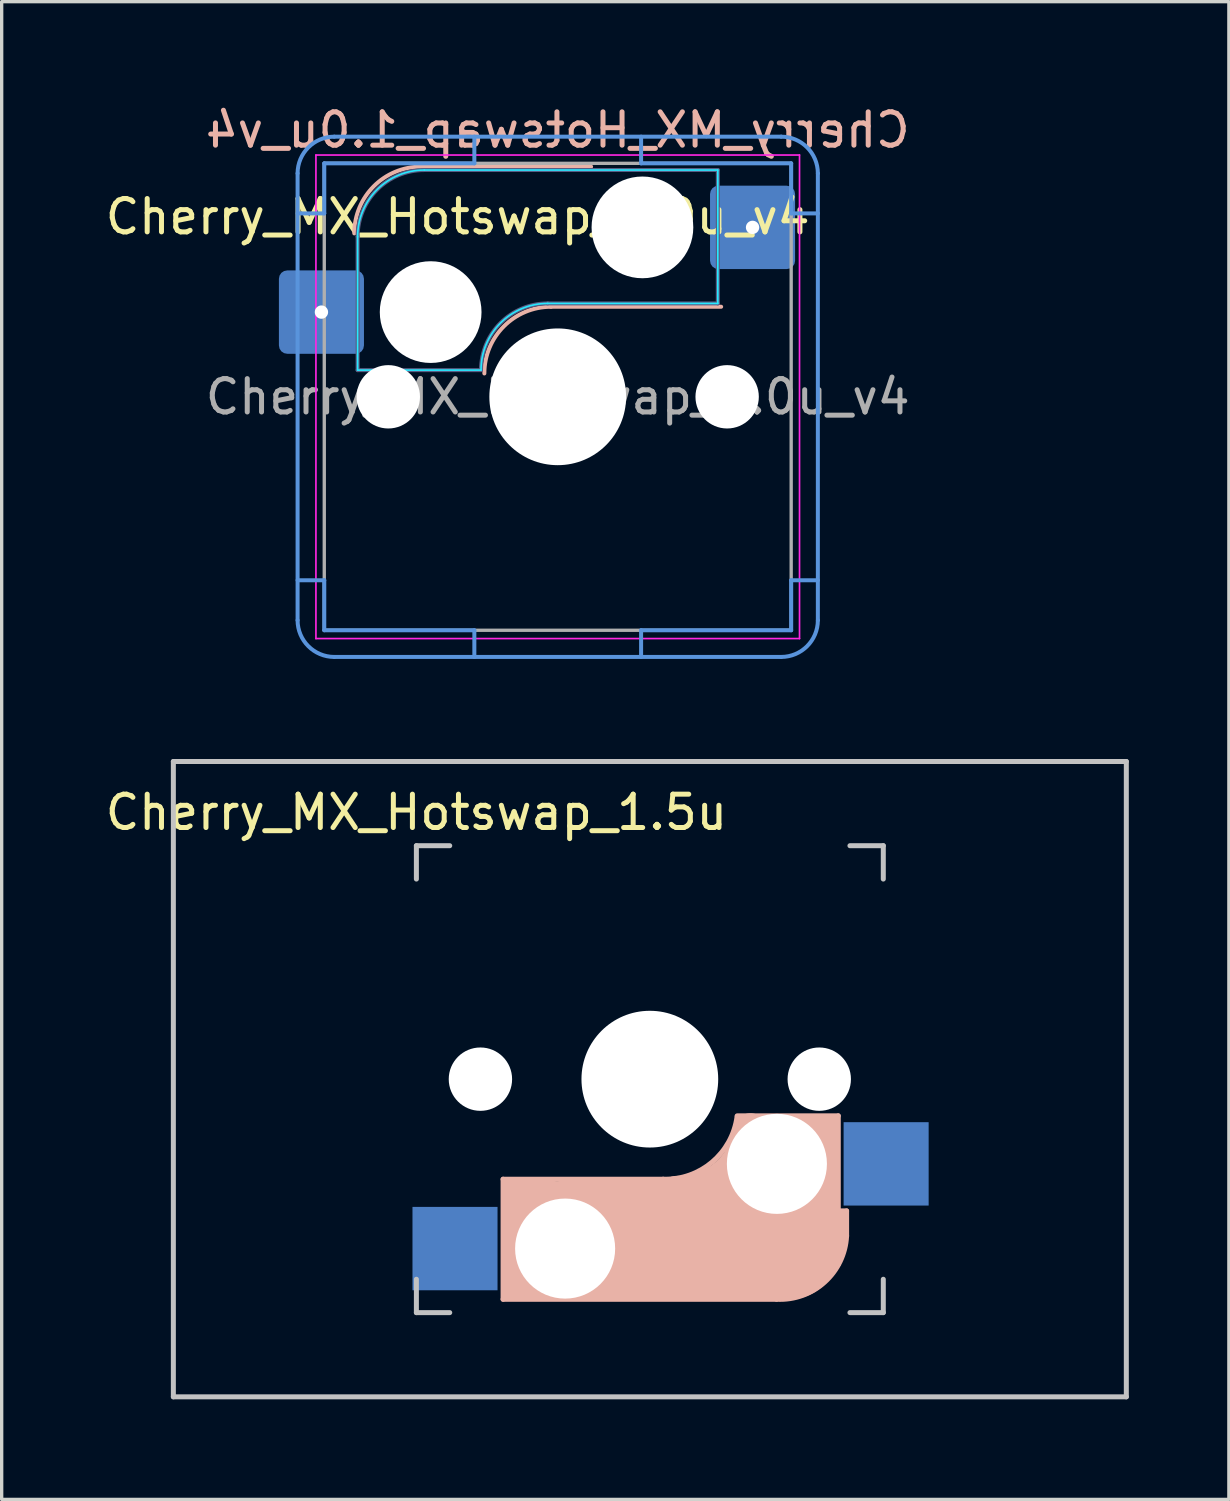
<source format=kicad_pcb>
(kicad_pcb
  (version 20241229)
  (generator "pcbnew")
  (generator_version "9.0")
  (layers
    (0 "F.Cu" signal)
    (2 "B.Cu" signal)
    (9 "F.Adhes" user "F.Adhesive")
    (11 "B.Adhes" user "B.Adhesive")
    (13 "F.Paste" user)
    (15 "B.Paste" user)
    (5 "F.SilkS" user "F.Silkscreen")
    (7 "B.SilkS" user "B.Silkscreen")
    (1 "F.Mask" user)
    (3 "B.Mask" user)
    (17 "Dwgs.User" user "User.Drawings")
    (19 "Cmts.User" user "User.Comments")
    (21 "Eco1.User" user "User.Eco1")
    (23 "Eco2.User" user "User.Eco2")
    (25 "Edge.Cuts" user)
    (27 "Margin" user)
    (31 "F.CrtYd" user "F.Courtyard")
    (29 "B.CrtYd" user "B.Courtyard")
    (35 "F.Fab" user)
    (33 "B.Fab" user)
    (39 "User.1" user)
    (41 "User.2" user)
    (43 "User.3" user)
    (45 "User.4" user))
  (footprint "Cherry_MX_Hotswap_1.0u_v4"
    (layer "F.Cu")
    (at 13.673 8.848)
    (property "Reference" "Cherry_MX_Hotswap_1.0u_v4" (at 0 -8 0) (layer "B.SilkS") (effects (font (size 1 1) (thickness 0.15)) (justify mirror)))
    (attr smd)
    (fp_line (start -4.1 -6.9) (end 1 -6.9) (stroke (width 0.12) (type solid)) (layer "B.SilkS"))
    (fp_line (start -0.2 -2.7) (end 4.9 -2.7) (stroke (width 0.12) (type solid)) (layer "B.SilkS"))
    (fp_arc (start -6.1 -4.9) (mid -5.514214 -6.314214) (end -4.1 -6.9) (stroke (width 0.12) (type solid)) (layer "B.SilkS"))
    (fp_arc (start -2.2 -0.7) (mid -1.614214 -2.114214) (end -0.2 -2.7) (stroke (width 0.12) (type solid)) (layer "B.SilkS"))
    (fp_line (start -7.8 -6.7) (end -7.8 6.7) (stroke (width 0.12) (type solid)) (layer "Cmts.User"))
    (fp_line (start -7 -7) (end -2.5 -7) (stroke (width 0.12) (type solid)) (layer "Cmts.User"))
    (fp_line (start -7 -5.5) (end -7.8 -5.5) (stroke (width 0.12) (type solid)) (layer "Cmts.User"))
    (fp_line (start -7 -5.5) (end -7 -7) (stroke (width 0.12) (type solid)) (layer "Cmts.User"))
    (fp_line (start -7 5.5) (end -7.8 5.5) (stroke (width 0.12) (type solid)) (layer "Cmts.User"))
    (fp_line (start -7 5.5) (end -7 7) (stroke (width 0.12) (type solid)) (layer "Cmts.User"))
    (fp_line (start -7 7) (end -2.5 7) (stroke (width 0.12) (type solid)) (layer "Cmts.User"))
    (fp_line (start -6.7 7.8) (end 6.7 7.8) (stroke (width 0.12) (type solid)) (layer "Cmts.User"))
    (fp_line (start -2.5 -7) (end -2.5 -7.8) (stroke (width 0.12) (type solid)) (layer "Cmts.User"))
    (fp_line (start -2.5 7) (end -2.5 7.8) (stroke (width 0.12) (type solid)) (layer "Cmts.User"))
    (fp_line (start 2.5 -7) (end 2.5 -7.8) (stroke (width 0.12) (type solid)) (layer "Cmts.User"))
    (fp_line (start 2.5 7) (end 2.5 7.8) (stroke (width 0.12) (type solid)) (layer "Cmts.User"))
    (fp_line (start 6.7 -7.8) (end -6.7 -7.8) (stroke (width 0.12) (type solid)) (layer "Cmts.User"))
    (fp_line (start 7 -7) (end 2.5 -7) (stroke (width 0.12) (type solid)) (layer "Cmts.User"))
    (fp_line (start 7 -5.5) (end 7 -7) (stroke (width 0.12) (type solid)) (layer "Cmts.User"))
    (fp_line (start 7 -5.5) (end 7.8 -5.5) (stroke (width 0.12) (type solid)) (layer "Cmts.User"))
    (fp_line (start 7 5.5) (end 7 7) (stroke (width 0.12) (type solid)) (layer "Cmts.User"))
    (fp_line (start 7 5.5) (end 7.8 5.5) (stroke (width 0.12) (type solid)) (layer "Cmts.User"))
    (fp_line (start 7 7) (end 2.5 7) (stroke (width 0.12) (type solid)) (layer "Cmts.User"))
    (fp_line (start 7.8 6.7) (end 7.8 -6.7) (stroke (width 0.12) (type solid)) (layer "Cmts.User"))
    (fp_arc (start -7.8 -6.7) (mid -7.477817 -7.477817) (end -6.7 -7.8) (stroke (width 0.12) (type solid)) (layer "Cmts.User"))
    (fp_arc (start -6.7 7.8) (mid -7.477817 7.477817) (end -7.8 6.7) (stroke (width 0.12) (type solid)) (layer "Cmts.User"))
    (fp_arc (start 6.7 -7.8) (mid 7.477817 -7.477817) (end 7.8 -6.7) (stroke (width 0.12) (type solid)) (layer "Cmts.User"))
    (fp_arc (start 7.8 6.7) (mid 7.477817 7.477817) (end 6.7 7.8) (stroke (width 0.12) (type solid)) (layer "Cmts.User"))
    (fp_line (start -6 -0.8) (end -6 -4.8) (stroke (width 0.05) (type solid)) (layer "B.CrtYd"))
    (fp_line (start -6 -0.8) (end -2.3 -0.8) (stroke (width 0.05) (type solid)) (layer "B.CrtYd"))
    (fp_line (start -4 -6.8) (end 4.8 -6.8) (stroke (width 0.05) (type solid)) (layer "B.CrtYd"))
    (fp_line (start -0.3 -2.8) (end 4.8 -2.8) (stroke (width 0.05) (type solid)) (layer "B.CrtYd"))
    (fp_line (start 4.8 -6.8) (end 4.8 -2.8) (stroke (width 0.05) (type solid)) (layer "B.CrtYd"))
    (fp_arc (start -6 -4.8) (mid -5.414214 -6.214214) (end -4 -6.8) (stroke (width 0.05) (type solid)) (layer "B.CrtYd"))
    (fp_arc (start -2.3 -0.8) (mid -1.714214 -2.214214) (end -0.3 -2.8) (stroke (width 0.05) (type solid)) (layer "B.CrtYd"))
    (fp_line (start -7.25 -7.25) (end -7.25 7.25) (stroke (width 0.05) (type solid)) (layer "F.CrtYd"))
    (fp_line (start -7.25 7.25) (end 7.25 7.25) (stroke (width 0.05) (type solid)) (layer "F.CrtYd"))
    (fp_line (start 7.25 -7.25) (end -7.25 -7.25) (stroke (width 0.05) (type solid)) (layer "F.CrtYd"))
    (fp_line (start 7.25 7.25) (end 7.25 -7.25) (stroke (width 0.05) (type solid)) (layer "F.CrtYd"))
    (fp_line (start -6 -0.8) (end -6 -4.8) (stroke (width 0.12) (type solid)) (layer "B.Fab"))
    (fp_line (start -6 -0.8) (end -2.3 -0.8) (stroke (width 0.12) (type solid)) (layer "B.Fab"))
    (fp_line (start -4 -6.8) (end 4.8 -6.8) (stroke (width 0.12) (type solid)) (layer "B.Fab"))
    (fp_line (start -0.3 -2.8) (end 4.8 -2.8) (stroke (width 0.12) (type solid)) (layer "B.Fab"))
    (fp_line (start 4.8 -6.8) (end 4.8 -2.8) (stroke (width 0.12) (type solid)) (layer "B.Fab"))
    (fp_arc (start -6 -4.8) (mid -5.414214 -6.214214) (end -4 -6.8) (stroke (width 0.12) (type solid)) (layer "B.Fab"))
    (fp_arc (start -2.3 -0.8) (mid -1.714214 -2.214214) (end -0.3 -2.8) (stroke (width 0.12) (type solid)) (layer "B.Fab"))
    (fp_line (start -7 -7) (end -7 7) (stroke (width 0.1) (type solid)) (layer "F.Fab"))
    (fp_line (start -7 7) (end 7 7) (stroke (width 0.1) (type solid)) (layer "F.Fab"))
    (fp_line (start 7 -7) (end -7 -7) (stroke (width 0.1) (type solid)) (layer "F.Fab"))
    (fp_line (start 7 7) (end 7 -7) (stroke (width 0.1) (type solid)) (layer "F.Fab"))
    (fp_text user "${REFERENCE}" (at -3 -5.4 0) (layer "F.SilkS") (effects (font (size 1 1) (thickness 0.15))))
    (fp_text user "${REFERENCE}" (at 0 0 0) (layer "F.Fab") (effects (font (size 1 1) (thickness 0.15))))
    (pad "" np_thru_hole circle (at -5.08 0) (size 1.9 1.9) (drill 1.9) (layers "*.Cu" "*.Mask"))
    (pad "" np_thru_hole circle (at -3.81 -2.54) (size 3.05 3.05) (drill 3.05) (layers "*.Cu" "*.Mask"))
    (pad "" np_thru_hole circle (at 0 0) (size 4.1 4.1) (drill 4.1) (layers "*.Cu" "*.Mask"))
    (pad "" np_thru_hole circle (at 2.54 -5.08) (size 3.05 3.05) (drill 3.05) (layers "*.Cu" "*.Mask"))
    (pad "" np_thru_hole circle (at 5.08 0) (size 1.9 1.9) (drill 1.9) (layers "*.Cu" "*.Mask"))
    (pad "1" thru_hole circle (at -7.085 -2.54 180) (size 1 1) (drill 0.4) (layers "*.Cu" "*.Mask"))
    (pad "1" smd roundrect (at -7.085 -2.54) (size 2.55 2.5) (layers "B.Cu" "B.Mask" "B.Paste") (roundrect_rratio 0.1))
    (pad "2" thru_hole circle (at 5.842 -5.08 180) (size 1 1) (drill 0.4) (layers "*.Cu" "*.Mask"))
    (pad "2" smd roundrect (at 5.842 -5.08) (size 2.55 2.5) (layers "B.Cu" "B.Mask" "B.Paste") (roundrect_rratio 0.1)))
  (footprint "Cherry_MX_Hotswap_1.5u"
    (layer "F.Cu")
    (at 16.435 29.308)
    (property "Reference" "Cherry_MX_Hotswap_1.5u" (at -7 -8 180) (layer "F.SilkS") (effects (font (size 1 1) (thickness 0.15))))
    (attr through_hole)
    (fp_line (start -4.4 3) (end -4.4 6.6) (stroke (width 0.15) (type solid)) (layer "B.SilkS"))
    (fp_line (start -4.4 6.6) (end 3.8 6.6) (stroke (width 0.15) (type solid)) (layer "B.SilkS"))
    (fp_line (start -4.38 4) (end -4.38 6.25) (stroke (width 0.15) (type solid)) (layer "B.SilkS"))
    (fp_line (start -4.25 6.4) (end -3 6.4) (stroke (width 0.4) (type solid)) (layer "B.SilkS"))
    (fp_line (start -4.2 3.25) (end -2.9 3.3) (stroke (width 0.5) (type solid)) (layer "B.SilkS"))
    (fp_line (start -3.9 6) (end -3.9 3.5) (stroke (width 1) (type solid)) (layer "B.SilkS"))
    (fp_line (start -2.6 4.8) (end 4.1 4.8) (stroke (width 3.5) (type solid)) (layer "B.SilkS"))
    (fp_line (start 0.4 3) (end -4.4 3) (stroke (width 0.15) (type solid)) (layer "B.SilkS"))
    (fp_line (start 4.17 5.1) (end 4.17 2.86) (stroke (width 3) (type solid)) (layer "B.SilkS"))
    (fp_line (start 5.3 1.6) (end 5.3 3.4) (stroke (width 0.8) (type solid)) (layer "B.SilkS"))
    (fp_line (start 5.45 1.3) (end 3 1.3) (stroke (width 0.5) (type solid)) (layer "B.SilkS"))
    (fp_line (start 5.65 1.1) (end 2.62 1.1) (stroke (width 0.15) (type solid)) (layer "B.SilkS"))
    (fp_line (start 5.65 5.55) (end 5.65 1.1) (stroke (width 0.15) (type solid)) (layer "B.SilkS"))
    (fp_line (start 5.8 4.05) (end 5.8 4.7) (stroke (width 0.3) (type solid)) (layer "B.SilkS"))
    (fp_line (start 5.9 3.95) (end 5.7 3.95) (stroke (width 0.15) (type solid)) (layer "B.SilkS"))
    (fp_line (start 5.9 4.7) (end 5.9 3.95) (stroke (width 0.15) (type solid)) (layer "B.SilkS"))
    (fp_arc (start 2.616318 1.121471) (mid 1.868709 2.486118) (end 0.4 3) (stroke (width 0.15) (type solid)) (layer "B.SilkS"))
    (fp_arc (start 3.016318 1.521471) (mid 2.268709 2.886118) (end 0.8 3.4) (stroke (width 1) (type solid)) (layer "B.SilkS"))
    (fp_arc (start 5.9 4.699999) (mid 5.243504 6.084924) (end 3.800001 6.6) (stroke (width 0.15) (type solid)) (layer "B.SilkS"))
    (fp_line (start -14.287 -9.525) (end 14.287 -9.525) (stroke (width 0.15) (type solid)) (layer "Dwgs.User"))
    (fp_line (start -14.287 9.525) (end -14.287 -9.525) (stroke (width 0.15) (type solid)) (layer "Dwgs.User"))
    (fp_line (start -7 -7) (end -7 -6) (stroke (width 0.15) (type solid)) (layer "Dwgs.User"))
    (fp_line (start -7 7) (end -7 6) (stroke (width 0.15) (type solid)) (layer "Dwgs.User"))
    (fp_line (start -7 7) (end -6 7) (stroke (width 0.15) (type solid)) (layer "Dwgs.User"))
    (fp_line (start -6 -7) (end -7 -7) (stroke (width 0.15) (type solid)) (layer "Dwgs.User"))
    (fp_line (start 7 -7) (end 6 -7) (stroke (width 0.15) (type solid)) (layer "Dwgs.User"))
    (fp_line (start 7 -6) (end 7 -7) (stroke (width 0.15) (type solid)) (layer "Dwgs.User"))
    (fp_line (start 7 6) (end 7 7) (stroke (width 0.15) (type solid)) (layer "Dwgs.User"))
    (fp_line (start 7 7) (end 6 7) (stroke (width 0.15) (type solid)) (layer "Dwgs.User"))
    (fp_line (start 14.287 -9.525) (end 14.287 9.525) (stroke (width 0.15) (type solid)) (layer "Dwgs.User"))
    (fp_line (start 14.287 9.525) (end -14.287 9.525) (stroke (width 0.15) (type solid)) (layer "Dwgs.User"))
    (pad "" np_thru_hole circle (at -5.08 0 180) (size 1.9 1.9) (drill 1.9) (layers "*.Cu" "*.Mask"))
    (pad "" np_thru_hole circle (at -2.54 5.08 180) (size 3 3) (drill 3) (layers "*.Cu" "*.Mask"))
    (pad "" np_thru_hole circle (at 0 0 270) (size 4.1 4.1) (drill 4.1) (layers "*.Cu" "*.Mask"))
    (pad "" np_thru_hole circle (at 3.81 2.54 180) (size 3 3) (drill 3) (layers "*.Cu" "*.Mask"))
    (pad "" np_thru_hole circle (at 5.08 0 180) (size 1.9 1.9) (drill 1.9) (layers "*.Cu" "*.Mask"))
    (pad "1" smd rect (at 7.085 2.54) (size 2.55 2.5) (layers "B.Cu" "B.Mask" "B.Paste"))
    (pad "2" smd rect (at -5.842 5.08) (size 2.55 2.5) (layers "B.Cu" "B.Mask" "B.Paste")))
  (gr_rect
    (start -3 -3)
    (end 33.797 41.908)
    (stroke (width 0.1) (type default))
    (fill no)
    (layer "Edge.Cuts")))
</source>
